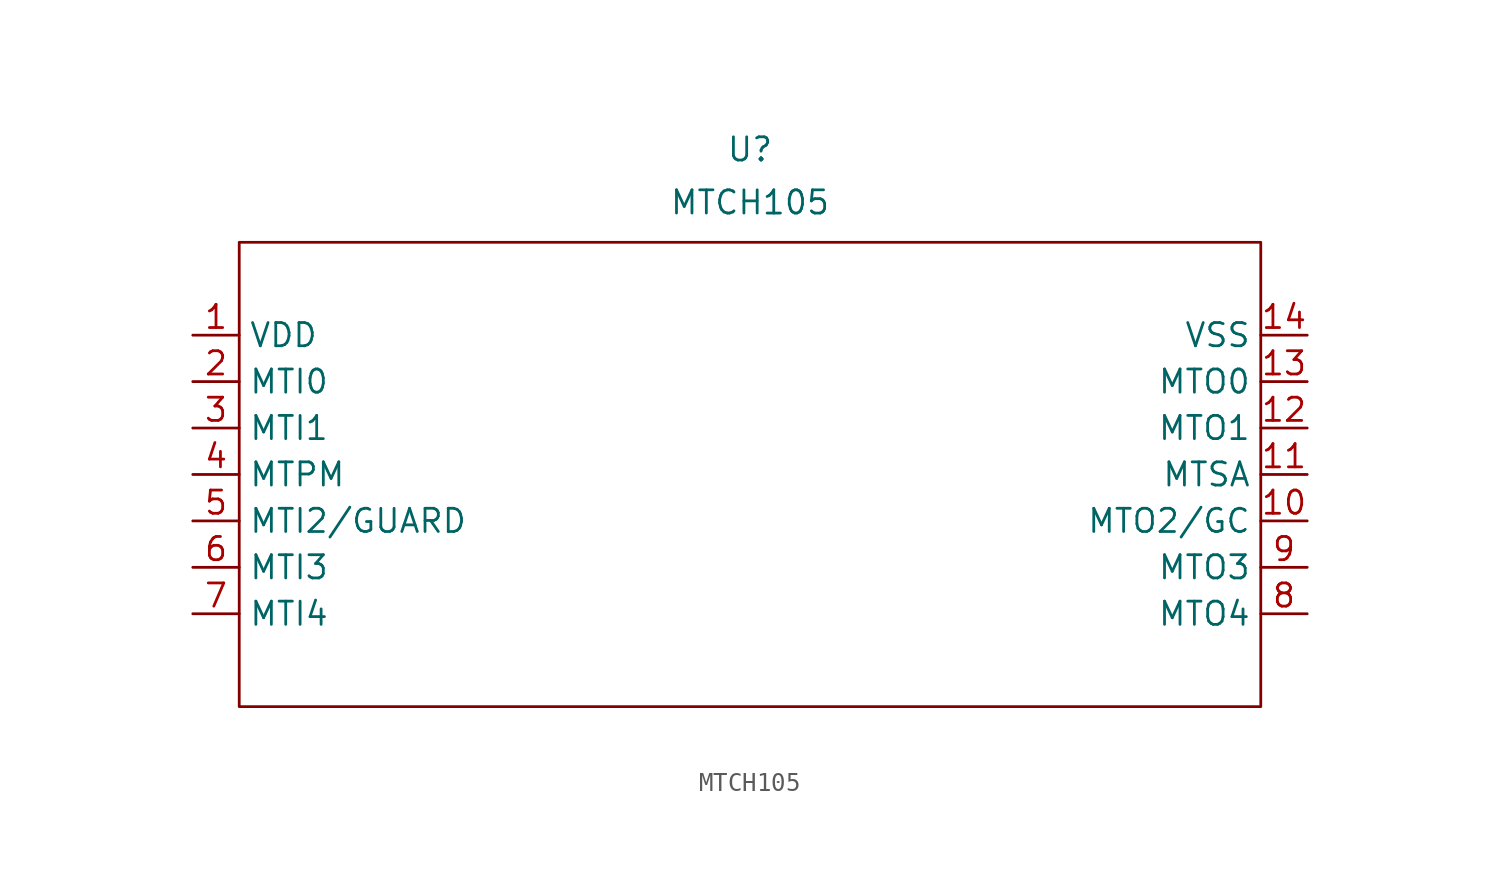
<source format=kicad_sym>
(kicad_symbol_lib
  (version 20211014)
  (generator kicad_symbol_editor)
  (symbol "MTCH105"
    (property "Reference" "U"
      (at 30.48 10.16 0)
      (effects (font (size 1.27 1.27))))
    (property "Value" "MTCH105"
      (at 30.48 7.26 0)
      (effects (font (size 1.27 1.27))))
    (symbol "MTCH105_0_0"
      (pin power_in line (at 0 0 0) (length 2.54) (name "VDD" (effects (font (size 1.27 1.27)))) (number "1" (effects (font (size 1.27 1.27)))))
      (pin bidirectional line (at 60.96 -10.16 180) (length 2.54) (name "MTO2/GC" (effects (font (size 1.27 1.27)))) (number "10" (effects (font (size 1.27 1.27)))))
      (pin input line (at 60.96 -7.62 180) (length 2.54) (name "MTSA" (effects (font (size 1.27 1.27)))) (number "11" (effects (font (size 1.27 1.27)))))
      (pin output line (at 60.96 -5.08 180) (length 2.54) (name "MTO1" (effects (font (size 1.27 1.27)))) (number "12" (effects (font (size 1.27 1.27)))))
      (pin output line (at 60.96 -2.54 180) (length 2.54) (name "MTO0" (effects (font (size 1.27 1.27)))) (number "13" (effects (font (size 1.27 1.27)))))
      (pin power_in line (at 60.96 0 180) (length 2.54) (name "VSS" (effects (font (size 1.27 1.27)))) (number "14" (effects (font (size 1.27 1.27)))))
      (pin input line (at 0 -2.54 0) (length 2.54) (name "MTI0" (effects (font (size 1.27 1.27)))) (number "2" (effects (font (size 1.27 1.27)))))
      (pin input line (at 0 -5.08 0) (length 2.54) (name "MTI1" (effects (font (size 1.27 1.27)))) (number "3" (effects (font (size 1.27 1.27)))))
      (pin input line (at 0 -7.62 0) (length 2.54) (name "MTPM" (effects (font (size 1.27 1.27)))) (number "4" (effects (font (size 1.27 1.27)))))
      (pin input line (at 0 -10.16 0) (length 2.54) (name "MTI2/GUARD" (effects (font (size 1.27 1.27)))) (number "5" (effects (font (size 1.27 1.27)))))
      (pin input line (at 0 -12.7 0) (length 2.54) (name "MTI3" (effects (font (size 1.27 1.27)))) (number "6" (effects (font (size 1.27 1.27)))))
      (pin input line (at 0 -15.24 0) (length 2.54) (name "MTI4" (effects (font (size 1.27 1.27)))) (number "7" (effects (font (size 1.27 1.27)))))
      (pin output line (at 60.96 -15.24 180) (length 2.54) (name "MTO4" (effects (font (size 1.27 1.27)))) (number "8" (effects (font (size 1.27 1.27)))))
      (pin output line (at 60.96 -12.7 180) (length 2.54) (name "MTO3" (effects (font (size 1.27 1.27)))) (number "9" (effects (font (size 1.27 1.27))))))
    (symbol "MTCH105_0_1"
      (rectangle (start 2.54 5.08) (end 58.42 -20.32) (stroke (width 0.152) (type default) (color 0 0 0 0)) (fill (type none))))))
</source>
